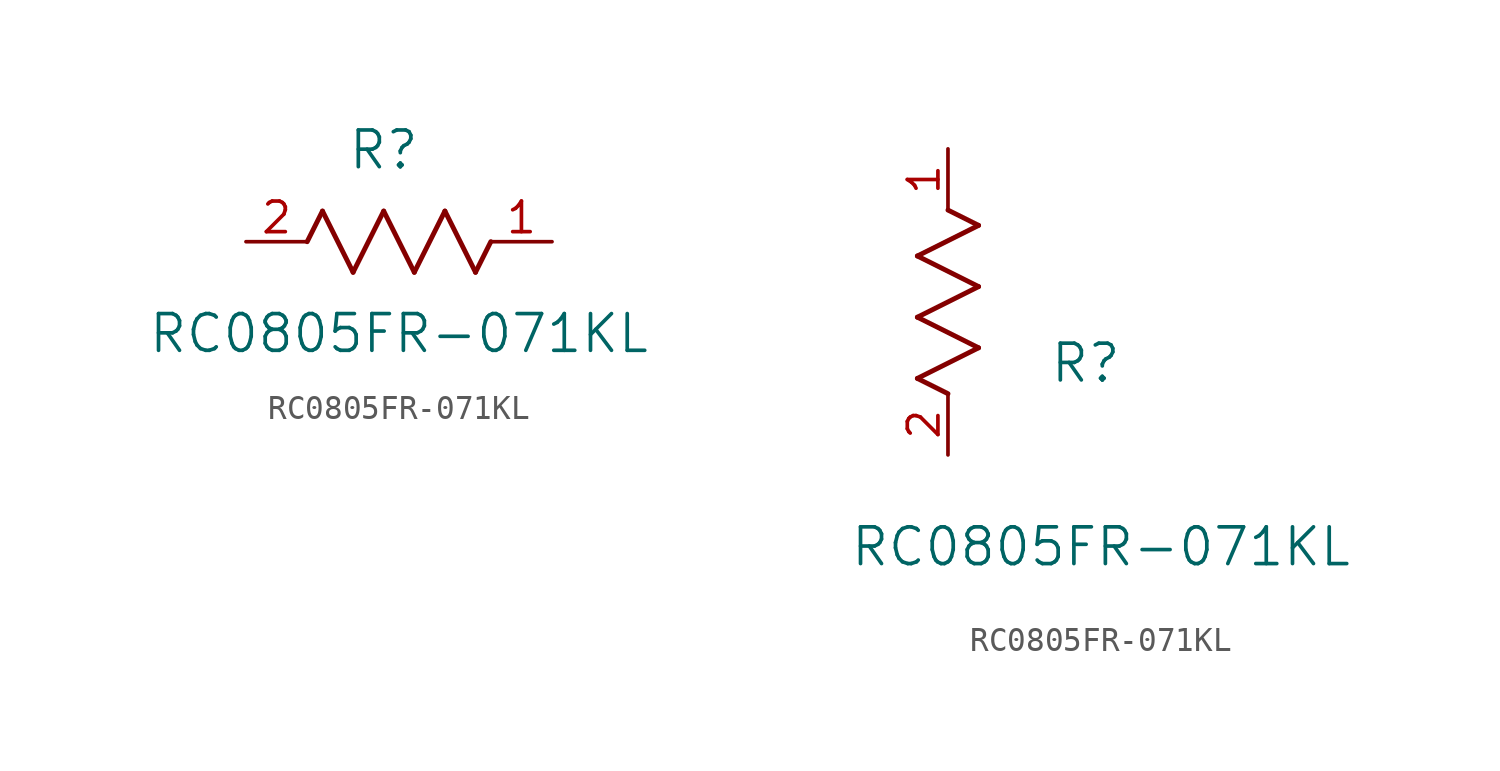
<source format=kicad_sym>
(kicad_symbol_lib
  (version 20211014)
  (generator kicad_symbol_editor)
  (symbol "RC0805FR-071KL"
    (pin_names
      (offset 0.254))
    (property "Reference" "R"
      (at 5.715 3.81 0)
      (effects (font (size 1.524 1.524))))
    (property "Value" "RC0805FR-071KL"
      (at 6.35 -3.81 0)
      (effects (font (size 1.524 1.524))))
    (symbol "RC0805FR-071KL_1_1"
      (polyline (pts (xy 3.175 1.27) (xy 4.445 -1.27)) (stroke (width 0.203) (type default) (color 0 0 0 0)) (fill (type none)))
      (polyline (pts (xy 4.445 -1.27) (xy 5.715 1.27)) (stroke (width 0.203) (type default) (color 0 0 0 0)) (fill (type none)))
      (polyline (pts (xy 5.715 1.27) (xy 6.985 -1.27)) (stroke (width 0.203) (type default) (color 0 0 0 0)) (fill (type none)))
      (polyline (pts (xy 6.985 -1.27) (xy 8.255 1.27)) (stroke (width 0.203) (type default) (color 0 0 0 0)) (fill (type none)))
      (polyline (pts (xy 8.255 1.27) (xy 9.525 -1.27)) (stroke (width 0.203) (type default) (color 0 0 0 0)) (fill (type none)))
      (polyline (pts (xy 2.54 0) (xy 3.175 1.27)) (stroke (width 0.203) (type default) (color 0 0 0 0)) (fill (type none)))
      (polyline (pts (xy 9.525 -1.27) (xy 10.16 0)) (stroke (width 0.203) (type default) (color 0 0 0 0)) (fill (type none)))
      (pin unspecified line (at 12.7 0 180) (length 2.54) (name "" (effects (font (size 1.27 1.27)))) (number "1" (effects (font (size 1.27 1.27)))))
      (pin unspecified line (at 0 0 0) (length 2.54) (name "" (effects (font (size 1.27 1.27)))) (number "2" (effects (font (size 1.27 1.27))))))
    (symbol "RC0805FR-071KL_1_2"
      (polyline (pts (xy 0 2.54) (xy -1.27 3.175)) (stroke (width 0.203) (type default) (color 0 0 0 0)) (fill (type none)))
      (polyline (pts (xy -1.27 3.175) (xy 1.27 4.445)) (stroke (width 0.203) (type default) (color 0 0 0 0)) (fill (type none)))
      (polyline (pts (xy 1.27 4.445) (xy -1.27 5.715)) (stroke (width 0.203) (type default) (color 0 0 0 0)) (fill (type none)))
      (polyline (pts (xy -1.27 5.715) (xy 1.27 6.985)) (stroke (width 0.203) (type default) (color 0 0 0 0)) (fill (type none)))
      (polyline (pts (xy -1.27 8.255) (xy 1.27 9.525)) (stroke (width 0.203) (type default) (color 0 0 0 0)) (fill (type none)))
      (polyline (pts (xy 1.27 9.525) (xy 0 10.16)) (stroke (width 0.203) (type default) (color 0 0 0 0)) (fill (type none)))
      (polyline (pts (xy 1.27 6.985) (xy -1.27 8.255)) (stroke (width 0.203) (type default) (color 0 0 0 0)) (fill (type none)))
      (pin unspecified line (at 0 12.7 270) (length 2.54) (name "" (effects (font (size 1.27 1.27)))) (number "1" (effects (font (size 1.27 1.27)))))
      (pin unspecified line (at 0 0 90) (length 2.54) (name "" (effects (font (size 1.27 1.27)))) (number "2" (effects (font (size 1.27 1.27))))))))
</source>
